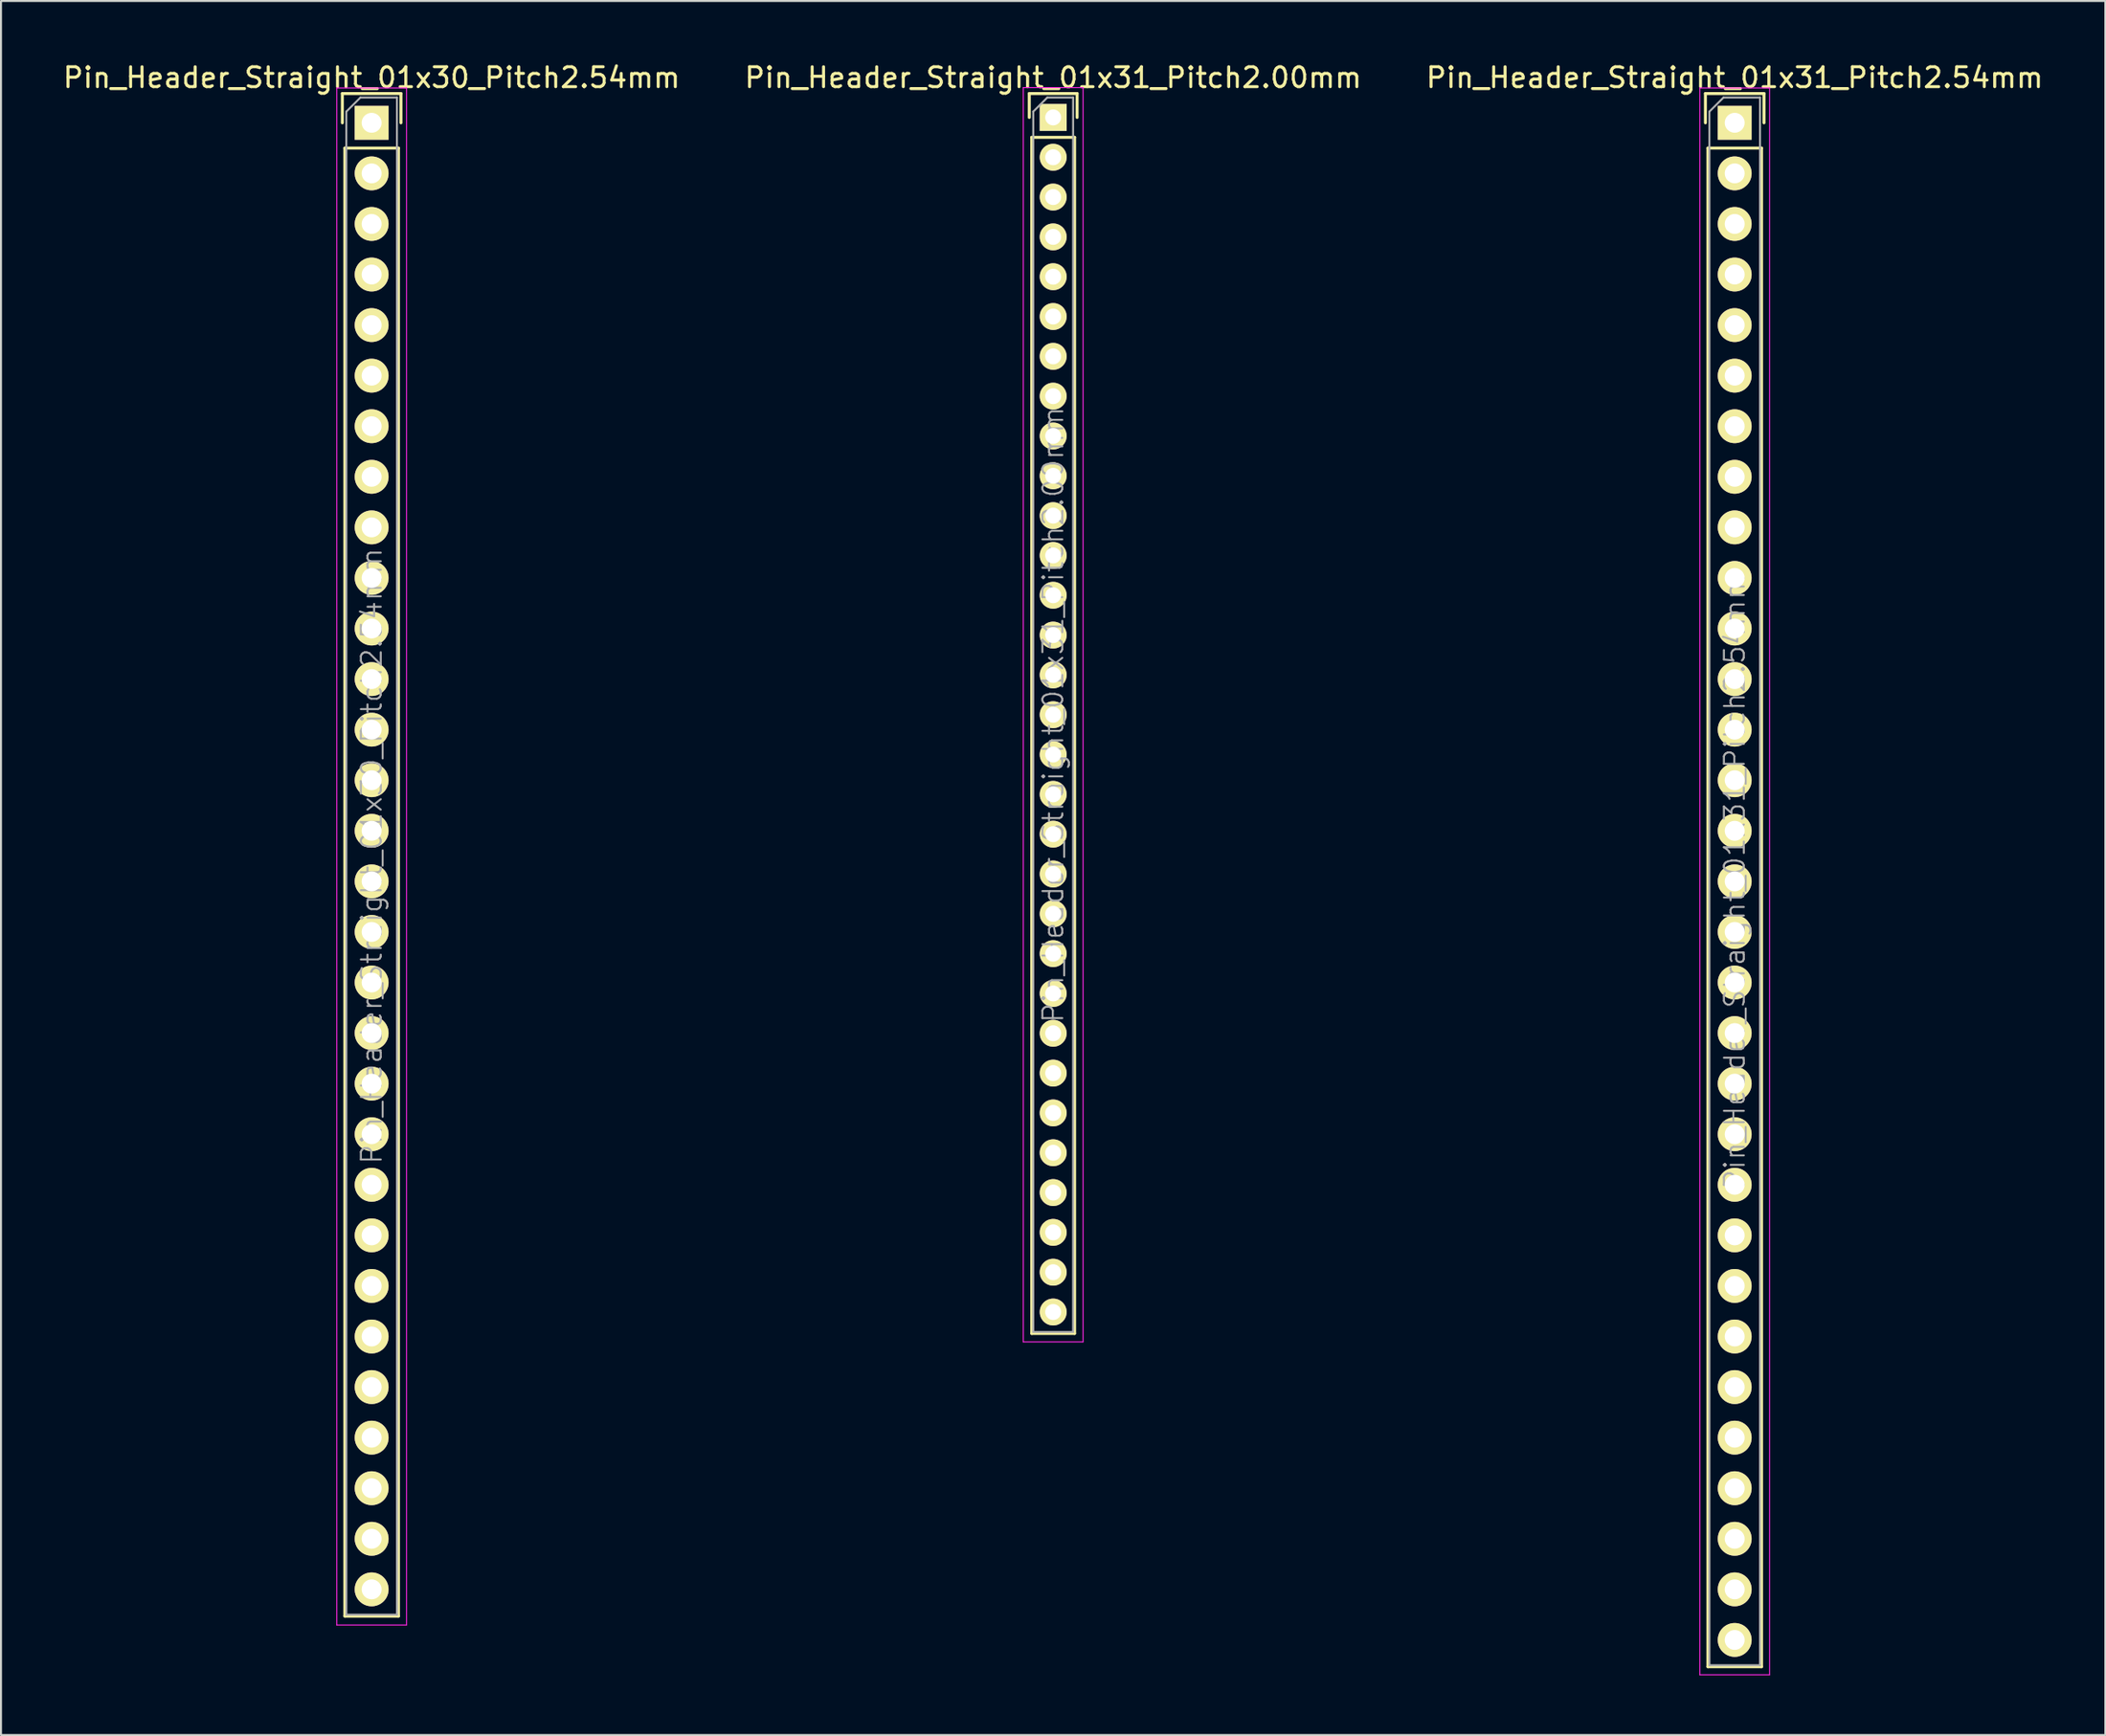
<source format=kicad_pcb>
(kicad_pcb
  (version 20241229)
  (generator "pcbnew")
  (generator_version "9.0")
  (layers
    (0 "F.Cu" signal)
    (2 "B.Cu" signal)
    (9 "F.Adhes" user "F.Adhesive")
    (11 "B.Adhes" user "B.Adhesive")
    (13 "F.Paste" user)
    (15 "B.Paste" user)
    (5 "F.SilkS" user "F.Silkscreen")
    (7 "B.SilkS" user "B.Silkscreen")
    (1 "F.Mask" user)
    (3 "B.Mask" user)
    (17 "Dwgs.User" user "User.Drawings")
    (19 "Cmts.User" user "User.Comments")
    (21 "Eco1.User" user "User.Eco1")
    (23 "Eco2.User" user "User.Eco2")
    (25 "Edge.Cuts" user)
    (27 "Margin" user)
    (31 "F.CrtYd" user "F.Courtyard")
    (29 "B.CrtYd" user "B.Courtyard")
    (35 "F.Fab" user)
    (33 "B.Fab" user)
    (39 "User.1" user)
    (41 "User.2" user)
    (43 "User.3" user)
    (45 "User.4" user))
  (footprint "Pin_Header_Straight_01x30_Pitch2.54mm"
    (layer "F.Cu")
    (at 15.601 3.118)
    (property "Reference" "Pin_Header_Straight_01x30_Pitch2.54mm" (at 0 -2.27 0) (layer "F.SilkS") (effects (font (size 1 1) (thickness 0.15))))
    (attr smd)
    (fp_line (start -1.47 -1.47) (end -1.47 0) (stroke (width 0.15) (type solid)) (layer "F.SilkS"))
    (fp_line (start -1.47 -1.47) (end 1.47 -1.47) (stroke (width 0.15) (type solid)) (layer "F.SilkS"))
    (fp_line (start -1.345 1.27) (end -1.345 75.005) (stroke (width 0.15) (type solid)) (layer "F.SilkS"))
    (fp_line (start -1.345 1.27) (end 1.345 1.27) (stroke (width 0.15) (type solid)) (layer "F.SilkS"))
    (fp_line (start -1.345 75.005) (end 1.345 75.005) (stroke (width 0.15) (type solid)) (layer "F.SilkS"))
    (fp_line (start 1.345 1.27) (end 1.345 75.005) (stroke (width 0.15) (type solid)) (layer "F.SilkS"))
    (fp_line (start 1.47 -1.47) (end 1.47 0) (stroke (width 0.15) (type solid)) (layer "F.SilkS"))
    (fp_line (start -1.75 -1.75) (end -1.75 75.45) (stroke (width 0.05) (type solid)) (layer "F.CrtYd"))
    (fp_line (start 1.75 -1.75) (end -1.75 -1.75) (stroke (width 0.05) (type solid)) (layer "F.CrtYd"))
    (fp_line (start 1.75 -1.75) (end 1.75 75.45) (stroke (width 0.05) (type solid)) (layer "F.CrtYd"))
    (fp_line (start 1.75 75.45) (end -1.75 75.45) (stroke (width 0.05) (type solid)) (layer "F.CrtYd"))
    (fp_line (start -1.27 -0.563) (end -0.563 -1.27) (stroke (width 0.1) (type solid)) (layer "F.Fab"))
    (fp_line (start -1.27 74.93) (end -1.27 -0.563) (stroke (width 0.1) (type solid)) (layer "F.Fab"))
    (fp_line (start 1.27 -1.27) (end -0.563 -1.27) (stroke (width 0.1) (type solid)) (layer "F.Fab"))
    (fp_line (start 1.27 74.93) (end -1.27 74.93) (stroke (width 0.1) (type solid)) (layer "F.Fab"))
    (fp_line (start 1.27 74.93) (end 1.27 -1.27) (stroke (width 0.1) (type solid)) (layer "F.Fab"))
    (fp_text user "${REFERENCE}" (at 0 36.83 90) (layer "F.Fab") (effects (font (size 1 1) (thickness 0.1))))
    (pad "1" thru_hole rect (at 0 0) (size 1.7 1.7) (drill 1) (layers "*.Cu" "*.Mask" "F.SilkS"))
    (pad "2" thru_hole oval (at 0 2.54) (size 1.7 1.7) (drill 1) (layers "*.Cu" "*.Mask" "F.SilkS"))
    (pad "3" thru_hole oval (at 0 5.08) (size 1.7 1.7) (drill 1) (layers "*.Cu" "*.Mask" "F.SilkS"))
    (pad "4" thru_hole oval (at 0 7.62) (size 1.7 1.7) (drill 1) (layers "*.Cu" "*.Mask" "F.SilkS"))
    (pad "5" thru_hole oval (at 0 10.16) (size 1.7 1.7) (drill 1) (layers "*.Cu" "*.Mask" "F.SilkS"))
    (pad "6" thru_hole oval (at 0 12.7) (size 1.7 1.7) (drill 1) (layers "*.Cu" "*.Mask" "F.SilkS"))
    (pad "7" thru_hole oval (at 0 15.24) (size 1.7 1.7) (drill 1) (layers "*.Cu" "*.Mask" "F.SilkS"))
    (pad "8" thru_hole oval (at 0 17.78) (size 1.7 1.7) (drill 1) (layers "*.Cu" "*.Mask" "F.SilkS"))
    (pad "9" thru_hole oval (at 0 20.32) (size 1.7 1.7) (drill 1) (layers "*.Cu" "*.Mask" "F.SilkS"))
    (pad "10" thru_hole oval (at 0 22.86) (size 1.7 1.7) (drill 1) (layers "*.Cu" "*.Mask" "F.SilkS"))
    (pad "11" thru_hole oval (at 0 25.4) (size 1.7 1.7) (drill 1) (layers "*.Cu" "*.Mask" "F.SilkS"))
    (pad "12" thru_hole oval (at 0 27.94) (size 1.7 1.7) (drill 1) (layers "*.Cu" "*.Mask" "F.SilkS"))
    (pad "13" thru_hole oval (at 0 30.48) (size 1.7 1.7) (drill 1) (layers "*.Cu" "*.Mask" "F.SilkS"))
    (pad "14" thru_hole oval (at 0 33.02) (size 1.7 1.7) (drill 1) (layers "*.Cu" "*.Mask" "F.SilkS"))
    (pad "15" thru_hole oval (at 0 35.56) (size 1.7 1.7) (drill 1) (layers "*.Cu" "*.Mask" "F.SilkS"))
    (pad "16" thru_hole oval (at 0 38.1) (size 1.7 1.7) (drill 1) (layers "*.Cu" "*.Mask" "F.SilkS"))
    (pad "17" thru_hole oval (at 0 40.64) (size 1.7 1.7) (drill 1) (layers "*.Cu" "*.Mask" "F.SilkS"))
    (pad "18" thru_hole oval (at 0 43.18) (size 1.7 1.7) (drill 1) (layers "*.Cu" "*.Mask" "F.SilkS"))
    (pad "19" thru_hole oval (at 0 45.72) (size 1.7 1.7) (drill 1) (layers "*.Cu" "*.Mask" "F.SilkS"))
    (pad "20" thru_hole oval (at 0 48.26) (size 1.7 1.7) (drill 1) (layers "*.Cu" "*.Mask" "F.SilkS"))
    (pad "21" thru_hole oval (at 0 50.8) (size 1.7 1.7) (drill 1) (layers "*.Cu" "*.Mask" "F.SilkS"))
    (pad "22" thru_hole oval (at 0 53.34) (size 1.7 1.7) (drill 1) (layers "*.Cu" "*.Mask" "F.SilkS"))
    (pad "23" thru_hole oval (at 0 55.88) (size 1.7 1.7) (drill 1) (layers "*.Cu" "*.Mask" "F.SilkS"))
    (pad "24" thru_hole oval (at 0 58.42) (size 1.7 1.7) (drill 1) (layers "*.Cu" "*.Mask" "F.SilkS"))
    (pad "25" thru_hole oval (at 0 60.96) (size 1.7 1.7) (drill 1) (layers "*.Cu" "*.Mask" "F.SilkS"))
    (pad "26" thru_hole oval (at 0 63.5) (size 1.7 1.7) (drill 1) (layers "*.Cu" "*.Mask" "F.SilkS"))
    (pad "27" thru_hole oval (at 0 66.04) (size 1.7 1.7) (drill 1) (layers "*.Cu" "*.Mask" "F.SilkS"))
    (pad "28" thru_hole oval (at 0 68.58) (size 1.7 1.7) (drill 1) (layers "*.Cu" "*.Mask" "F.SilkS"))
    (pad "29" thru_hole oval (at 0 71.12) (size 1.7 1.7) (drill 1) (layers "*.Cu" "*.Mask" "F.SilkS"))
    (pad "30" thru_hole oval (at 0 73.66) (size 1.7 1.7) (drill 1) (layers "*.Cu" "*.Mask" "F.SilkS")))
  (footprint "Pin_Header_Straight_01x31_Pitch2.00mm"
    (layer "F.Cu")
    (at 49.804 2.848)
    (property "Reference" "Pin_Header_Straight_01x31_Pitch2.00mm" (at 0 -2 0) (layer "F.SilkS") (effects (font (size 1 1) (thickness 0.15))))
    (attr smd)
    (fp_line (start -1.2 -1.2) (end -1.2 0) (stroke (width 0.15) (type solid)) (layer "F.SilkS"))
    (fp_line (start -1.2 -1.2) (end 1.2 -1.2) (stroke (width 0.15) (type solid)) (layer "F.SilkS"))
    (fp_line (start -1.075 1) (end -1.075 61.075) (stroke (width 0.15) (type solid)) (layer "F.SilkS"))
    (fp_line (start -1.075 1) (end 1.075 1) (stroke (width 0.15) (type solid)) (layer "F.SilkS"))
    (fp_line (start -1.075 61.075) (end 1.075 61.075) (stroke (width 0.15) (type solid)) (layer "F.SilkS"))
    (fp_line (start 1.075 1) (end 1.075 61.075) (stroke (width 0.15) (type solid)) (layer "F.SilkS"))
    (fp_line (start 1.2 -1.2) (end 1.2 0) (stroke (width 0.15) (type solid)) (layer "F.SilkS"))
    (fp_line (start -1.5 -1.5) (end -1.5 61.5) (stroke (width 0.05) (type solid)) (layer "F.CrtYd"))
    (fp_line (start 1.5 -1.5) (end -1.5 -1.5) (stroke (width 0.05) (type solid)) (layer "F.CrtYd"))
    (fp_line (start 1.5 -1.5) (end 1.5 61.5) (stroke (width 0.05) (type solid)) (layer "F.CrtYd"))
    (fp_line (start 1.5 61.5) (end -1.5 61.5) (stroke (width 0.05) (type solid)) (layer "F.CrtYd"))
    (fp_line (start -1 -0.293) (end -0.293 -1) (stroke (width 0.1) (type solid)) (layer "F.Fab"))
    (fp_line (start -1 61) (end -1 -0.293) (stroke (width 0.1) (type solid)) (layer "F.Fab"))
    (fp_line (start 1 -1) (end -0.293 -1) (stroke (width 0.1) (type solid)) (layer "F.Fab"))
    (fp_line (start 1 61) (end -1 61) (stroke (width 0.1) (type solid)) (layer "F.Fab"))
    (fp_line (start 1 61) (end 1 -1) (stroke (width 0.1) (type solid)) (layer "F.Fab"))
    (fp_text user "${REFERENCE}" (at 0 30 90) (layer "F.Fab") (effects (font (size 1 1) (thickness 0.1))))
    (pad "1" thru_hole rect (at 0 0) (size 1.35 1.35) (drill 0.8) (layers "*.Cu" "*.Mask" "F.SilkS"))
    (pad "2" thru_hole oval (at 0 2) (size 1.35 1.35) (drill 0.8) (layers "*.Cu" "*.Mask" "F.SilkS"))
    (pad "3" thru_hole oval (at 0 4) (size 1.35 1.35) (drill 0.8) (layers "*.Cu" "*.Mask" "F.SilkS"))
    (pad "4" thru_hole oval (at 0 6) (size 1.35 1.35) (drill 0.8) (layers "*.Cu" "*.Mask" "F.SilkS"))
    (pad "5" thru_hole oval (at 0 8) (size 1.35 1.35) (drill 0.8) (layers "*.Cu" "*.Mask" "F.SilkS"))
    (pad "6" thru_hole oval (at 0 10) (size 1.35 1.35) (drill 0.8) (layers "*.Cu" "*.Mask" "F.SilkS"))
    (pad "7" thru_hole oval (at 0 12) (size 1.35 1.35) (drill 0.8) (layers "*.Cu" "*.Mask" "F.SilkS"))
    (pad "8" thru_hole oval (at 0 14) (size 1.35 1.35) (drill 0.8) (layers "*.Cu" "*.Mask" "F.SilkS"))
    (pad "9" thru_hole oval (at 0 16) (size 1.35 1.35) (drill 0.8) (layers "*.Cu" "*.Mask" "F.SilkS"))
    (pad "10" thru_hole oval (at 0 18) (size 1.35 1.35) (drill 0.8) (layers "*.Cu" "*.Mask" "F.SilkS"))
    (pad "11" thru_hole oval (at 0 20) (size 1.35 1.35) (drill 0.8) (layers "*.Cu" "*.Mask" "F.SilkS"))
    (pad "12" thru_hole oval (at 0 22) (size 1.35 1.35) (drill 0.8) (layers "*.Cu" "*.Mask" "F.SilkS"))
    (pad "13" thru_hole oval (at 0 24) (size 1.35 1.35) (drill 0.8) (layers "*.Cu" "*.Mask" "F.SilkS"))
    (pad "14" thru_hole oval (at 0 26) (size 1.35 1.35) (drill 0.8) (layers "*.Cu" "*.Mask" "F.SilkS"))
    (pad "15" thru_hole oval (at 0 28) (size 1.35 1.35) (drill 0.8) (layers "*.Cu" "*.Mask" "F.SilkS"))
    (pad "16" thru_hole oval (at 0 30) (size 1.35 1.35) (drill 0.8) (layers "*.Cu" "*.Mask" "F.SilkS"))
    (pad "17" thru_hole oval (at 0 32) (size 1.35 1.35) (drill 0.8) (layers "*.Cu" "*.Mask" "F.SilkS"))
    (pad "18" thru_hole oval (at 0 34) (size 1.35 1.35) (drill 0.8) (layers "*.Cu" "*.Mask" "F.SilkS"))
    (pad "19" thru_hole oval (at 0 36) (size 1.35 1.35) (drill 0.8) (layers "*.Cu" "*.Mask" "F.SilkS"))
    (pad "20" thru_hole oval (at 0 38) (size 1.35 1.35) (drill 0.8) (layers "*.Cu" "*.Mask" "F.SilkS"))
    (pad "21" thru_hole oval (at 0 40) (size 1.35 1.35) (drill 0.8) (layers "*.Cu" "*.Mask" "F.SilkS"))
    (pad "22" thru_hole oval (at 0 42) (size 1.35 1.35) (drill 0.8) (layers "*.Cu" "*.Mask" "F.SilkS"))
    (pad "23" thru_hole oval (at 0 44) (size 1.35 1.35) (drill 0.8) (layers "*.Cu" "*.Mask" "F.SilkS"))
    (pad "24" thru_hole oval (at 0 46) (size 1.35 1.35) (drill 0.8) (layers "*.Cu" "*.Mask" "F.SilkS"))
    (pad "25" thru_hole oval (at 0 48) (size 1.35 1.35) (drill 0.8) (layers "*.Cu" "*.Mask" "F.SilkS"))
    (pad "26" thru_hole oval (at 0 50) (size 1.35 1.35) (drill 0.8) (layers "*.Cu" "*.Mask" "F.SilkS"))
    (pad "27" thru_hole oval (at 0 52) (size 1.35 1.35) (drill 0.8) (layers "*.Cu" "*.Mask" "F.SilkS"))
    (pad "28" thru_hole oval (at 0 54) (size 1.35 1.35) (drill 0.8) (layers "*.Cu" "*.Mask" "F.SilkS"))
    (pad "29" thru_hole oval (at 0 56) (size 1.35 1.35) (drill 0.8) (layers "*.Cu" "*.Mask" "F.SilkS"))
    (pad "30" thru_hole oval (at 0 58) (size 1.35 1.35) (drill 0.8) (layers "*.Cu" "*.Mask" "F.SilkS"))
    (pad "31" thru_hole oval (at 0 60) (size 1.35 1.35) (drill 0.8) (layers "*.Cu" "*.Mask" "F.SilkS")))
  (footprint "Pin_Header_Straight_01x31_Pitch2.54mm"
    (layer "F.Cu")
    (at 84.006 3.118)
    (property "Reference" "Pin_Header_Straight_01x31_Pitch2.54mm" (at 0 -2.27 0) (layer "F.SilkS") (effects (font (size 1 1) (thickness 0.15))))
    (attr smd)
    (fp_line (start -1.47 -1.47) (end -1.47 0) (stroke (width 0.15) (type solid)) (layer "F.SilkS"))
    (fp_line (start -1.47 -1.47) (end 1.47 -1.47) (stroke (width 0.15) (type solid)) (layer "F.SilkS"))
    (fp_line (start -1.345 1.27) (end -1.345 77.545) (stroke (width 0.15) (type solid)) (layer "F.SilkS"))
    (fp_line (start -1.345 1.27) (end 1.345 1.27) (stroke (width 0.15) (type solid)) (layer "F.SilkS"))
    (fp_line (start -1.345 77.545) (end 1.345 77.545) (stroke (width 0.15) (type solid)) (layer "F.SilkS"))
    (fp_line (start 1.345 1.27) (end 1.345 77.545) (stroke (width 0.15) (type solid)) (layer "F.SilkS"))
    (fp_line (start 1.47 -1.47) (end 1.47 0) (stroke (width 0.15) (type solid)) (layer "F.SilkS"))
    (fp_line (start -1.75 -1.75) (end -1.75 77.95) (stroke (width 0.05) (type solid)) (layer "F.CrtYd"))
    (fp_line (start 1.75 -1.75) (end -1.75 -1.75) (stroke (width 0.05) (type solid)) (layer "F.CrtYd"))
    (fp_line (start 1.75 -1.75) (end 1.75 77.95) (stroke (width 0.05) (type solid)) (layer "F.CrtYd"))
    (fp_line (start 1.75 77.95) (end -1.75 77.95) (stroke (width 0.05) (type solid)) (layer "F.CrtYd"))
    (fp_line (start -1.27 -0.563) (end -0.563 -1.27) (stroke (width 0.1) (type solid)) (layer "F.Fab"))
    (fp_line (start -1.27 77.47) (end -1.27 -0.563) (stroke (width 0.1) (type solid)) (layer "F.Fab"))
    (fp_line (start 1.27 -1.27) (end -0.563 -1.27) (stroke (width 0.1) (type solid)) (layer "F.Fab"))
    (fp_line (start 1.27 77.47) (end -1.27 77.47) (stroke (width 0.1) (type solid)) (layer "F.Fab"))
    (fp_line (start 1.27 77.47) (end 1.27 -1.27) (stroke (width 0.1) (type solid)) (layer "F.Fab"))
    (fp_text user "${REFERENCE}" (at 0 38.1 90) (layer "F.Fab") (effects (font (size 1 1) (thickness 0.1))))
    (pad "1" thru_hole rect (at 0 0) (size 1.7 1.7) (drill 1) (layers "*.Cu" "*.Mask" "F.SilkS"))
    (pad "2" thru_hole oval (at 0 2.54) (size 1.7 1.7) (drill 1) (layers "*.Cu" "*.Mask" "F.SilkS"))
    (pad "3" thru_hole oval (at 0 5.08) (size 1.7 1.7) (drill 1) (layers "*.Cu" "*.Mask" "F.SilkS"))
    (pad "4" thru_hole oval (at 0 7.62) (size 1.7 1.7) (drill 1) (layers "*.Cu" "*.Mask" "F.SilkS"))
    (pad "5" thru_hole oval (at 0 10.16) (size 1.7 1.7) (drill 1) (layers "*.Cu" "*.Mask" "F.SilkS"))
    (pad "6" thru_hole oval (at 0 12.7) (size 1.7 1.7) (drill 1) (layers "*.Cu" "*.Mask" "F.SilkS"))
    (pad "7" thru_hole oval (at 0 15.24) (size 1.7 1.7) (drill 1) (layers "*.Cu" "*.Mask" "F.SilkS"))
    (pad "8" thru_hole oval (at 0 17.78) (size 1.7 1.7) (drill 1) (layers "*.Cu" "*.Mask" "F.SilkS"))
    (pad "9" thru_hole oval (at 0 20.32) (size 1.7 1.7) (drill 1) (layers "*.Cu" "*.Mask" "F.SilkS"))
    (pad "10" thru_hole oval (at 0 22.86) (size 1.7 1.7) (drill 1) (layers "*.Cu" "*.Mask" "F.SilkS"))
    (pad "11" thru_hole oval (at 0 25.4) (size 1.7 1.7) (drill 1) (layers "*.Cu" "*.Mask" "F.SilkS"))
    (pad "12" thru_hole oval (at 0 27.94) (size 1.7 1.7) (drill 1) (layers "*.Cu" "*.Mask" "F.SilkS"))
    (pad "13" thru_hole oval (at 0 30.48) (size 1.7 1.7) (drill 1) (layers "*.Cu" "*.Mask" "F.SilkS"))
    (pad "14" thru_hole oval (at 0 33.02) (size 1.7 1.7) (drill 1) (layers "*.Cu" "*.Mask" "F.SilkS"))
    (pad "15" thru_hole oval (at 0 35.56) (size 1.7 1.7) (drill 1) (layers "*.Cu" "*.Mask" "F.SilkS"))
    (pad "16" thru_hole oval (at 0 38.1) (size 1.7 1.7) (drill 1) (layers "*.Cu" "*.Mask" "F.SilkS"))
    (pad "17" thru_hole oval (at 0 40.64) (size 1.7 1.7) (drill 1) (layers "*.Cu" "*.Mask" "F.SilkS"))
    (pad "18" thru_hole oval (at 0 43.18) (size 1.7 1.7) (drill 1) (layers "*.Cu" "*.Mask" "F.SilkS"))
    (pad "19" thru_hole oval (at 0 45.72) (size 1.7 1.7) (drill 1) (layers "*.Cu" "*.Mask" "F.SilkS"))
    (pad "20" thru_hole oval (at 0 48.26) (size 1.7 1.7) (drill 1) (layers "*.Cu" "*.Mask" "F.SilkS"))
    (pad "21" thru_hole oval (at 0 50.8) (size 1.7 1.7) (drill 1) (layers "*.Cu" "*.Mask" "F.SilkS"))
    (pad "22" thru_hole oval (at 0 53.34) (size 1.7 1.7) (drill 1) (layers "*.Cu" "*.Mask" "F.SilkS"))
    (pad "23" thru_hole oval (at 0 55.88) (size 1.7 1.7) (drill 1) (layers "*.Cu" "*.Mask" "F.SilkS"))
    (pad "24" thru_hole oval (at 0 58.42) (size 1.7 1.7) (drill 1) (layers "*.Cu" "*.Mask" "F.SilkS"))
    (pad "25" thru_hole oval (at 0 60.96) (size 1.7 1.7) (drill 1) (layers "*.Cu" "*.Mask" "F.SilkS"))
    (pad "26" thru_hole oval (at 0 63.5) (size 1.7 1.7) (drill 1) (layers "*.Cu" "*.Mask" "F.SilkS"))
    (pad "27" thru_hole oval (at 0 66.04) (size 1.7 1.7) (drill 1) (layers "*.Cu" "*.Mask" "F.SilkS"))
    (pad "28" thru_hole oval (at 0 68.58) (size 1.7 1.7) (drill 1) (layers "*.Cu" "*.Mask" "F.SilkS"))
    (pad "29" thru_hole oval (at 0 71.12) (size 1.7 1.7) (drill 1) (layers "*.Cu" "*.Mask" "F.SilkS"))
    (pad "30" thru_hole oval (at 0 73.66) (size 1.7 1.7) (drill 1) (layers "*.Cu" "*.Mask" "F.SilkS"))
    (pad "31" thru_hole oval (at 0 76.2) (size 1.7 1.7) (drill 1) (layers "*.Cu" "*.Mask" "F.SilkS")))
  (gr_rect
    (start -3 -3)
    (end 102.607 84.093)
    (stroke (width 0.1) (type default))
    (fill no)
    (layer "Edge.Cuts")))
</source>
